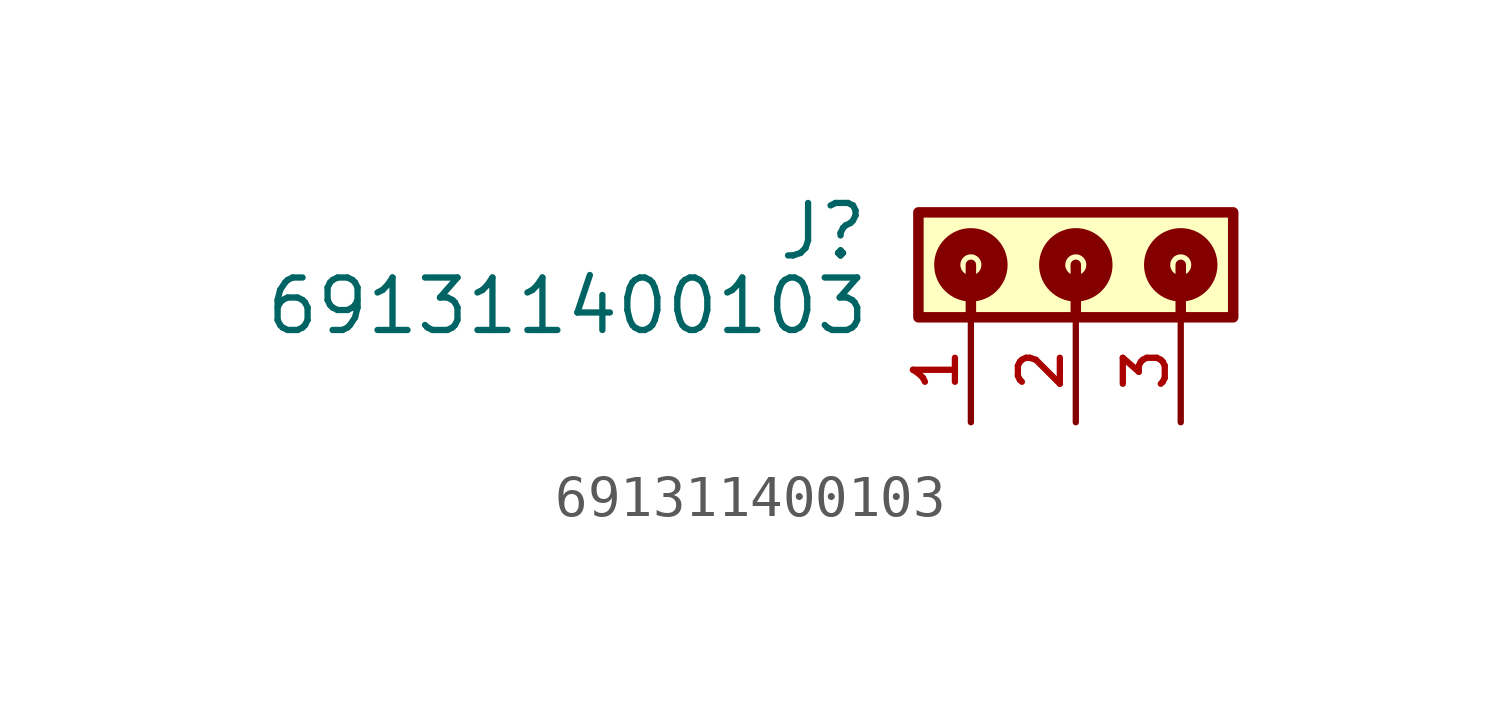
<source format=kicad_sym>
(kicad_symbol_lib
  (version 20211014)
  (generator kicad_symbol_editor)
  (symbol "691311400103"
    (pin_names
      (offset 1.016))
    (property "Reference" "J"
      (at -4.99 -1.205 0)
      (effects (font (size 1.27 1.27)) (justify bottom right)))
    (property "Value" "691311400103"
      (at -4.95 -3.01 0)
      (effects (font (size 1.27 1.27)) (justify bottom right)))
    (symbol "691311400103_0_0"
      (polyline (pts (xy -2.54 -1.27) (xy -2.54 -2.54)) (stroke (width 0.254)))
      (polyline (pts (xy 0.0 -1.27) (xy 0.0 -2.54)) (stroke (width 0.254)))
      (polyline (pts (xy 2.54 -1.27) (xy 2.54 -2.54)) (stroke (width 0.254)))
      (circle (center -2.54 -1.27) (radius 0.254) (stroke (width 0.635)) (fill (type none)))
      (circle (center 0.0 -1.27) (radius 0.254) (stroke (width 0.635)) (fill (type none)))
      (circle (center 2.54 -1.27) (radius 0.254) (stroke (width 0.635)) (fill (type none)))
      (rectangle (start -3.81 -2.54) (end 3.81 0.0) (stroke (width 0.254)) (fill (type background)))
      (pin passive line (at -2.54 -5.08 90.0) (length 2.54) (name "~" (effects (font (size 1.016 1.016)))) (number "1" (effects (font (size 1.016 1.016)))))
      (pin passive line (at 0.0 -5.08 90.0) (length 2.54) (name "~" (effects (font (size 1.016 1.016)))) (number "2" (effects (font (size 1.016 1.016)))))
      (pin passive line (at 2.54 -5.08 90.0) (length 2.54) (name "~" (effects (font (size 1.016 1.016)))) (number "3" (effects (font (size 1.016 1.016))))))))
</source>
